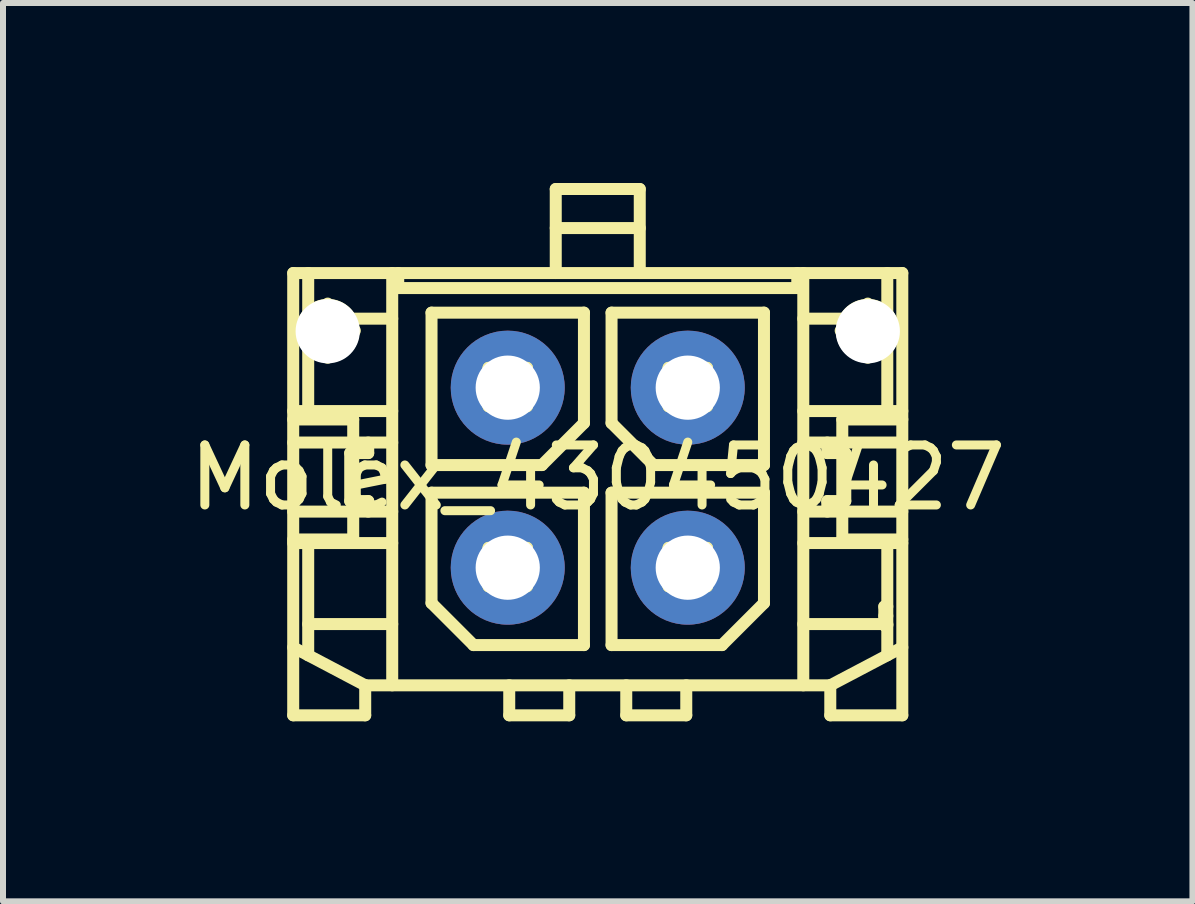
<source format=kicad_pcb>
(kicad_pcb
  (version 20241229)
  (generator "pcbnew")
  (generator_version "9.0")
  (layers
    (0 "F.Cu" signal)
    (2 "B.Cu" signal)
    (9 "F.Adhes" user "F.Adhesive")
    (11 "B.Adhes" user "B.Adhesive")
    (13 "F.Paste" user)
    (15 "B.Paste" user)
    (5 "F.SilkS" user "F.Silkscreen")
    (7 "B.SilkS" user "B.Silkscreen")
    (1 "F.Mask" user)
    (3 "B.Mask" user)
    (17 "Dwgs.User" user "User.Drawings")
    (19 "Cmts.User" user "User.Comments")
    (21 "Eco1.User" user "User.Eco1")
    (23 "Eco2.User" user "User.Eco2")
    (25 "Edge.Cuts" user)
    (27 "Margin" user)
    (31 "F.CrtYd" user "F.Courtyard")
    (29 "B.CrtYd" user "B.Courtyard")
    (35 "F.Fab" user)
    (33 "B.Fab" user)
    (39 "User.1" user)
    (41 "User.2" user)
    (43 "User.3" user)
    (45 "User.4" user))
  (footprint "Molex_430450427"
    (layer "F.Cu")
    (at 6.911 4.91)
    (property "Reference" "Molex_430450427" (at 0 0 0) (layer "F.SilkS") (effects (font (size 1 1) (thickness 0.15))))
    (attr through_hole)
    (fp_line (start -5.075 -3.41) (end 5.075 -3.41) (stroke (width 0.2) (type solid)) (layer "F.SilkS"))
    (fp_line (start -5.075 -0.97) (end -4.075 -0.97) (stroke (width 0.2) (type solid)) (layer "F.SilkS"))
    (fp_line (start -5.075 -0.585) (end -3.425 -0.585) (stroke (width 0.2) (type solid)) (layer "F.SilkS"))
    (fp_line (start -5.075 0.565) (end -3.425 0.565) (stroke (width 0.2) (type solid)) (layer "F.SilkS"))
    (fp_line (start -5.075 1.03) (end -4.075 1.03) (stroke (width 0.2) (type solid)) (layer "F.SilkS"))
    (fp_line (start -5.075 3.96) (end -5.075 -3.41) (stroke (width 0.2) (type solid)) (layer "F.SilkS"))
    (fp_line (start -4.952 -2.45) (end -4.048 -2.45) (stroke (width 0.2) (type solid)) (layer "F.SilkS"))
    (fp_line (start -4.825 -1.11) (end -4.825 -3.41) (stroke (width 0.2) (type solid)) (layer "F.SilkS"))
    (fp_line (start -4.825 2.96) (end -4.825 1.09) (stroke (width 0.2) (type solid)) (layer "F.SilkS"))
    (fp_line (start -4.5 -1.998) (end -4.5 -2.901) (stroke (width 0.2) (type solid)) (layer "F.SilkS"))
    (fp_line (start -4.125 -0.41) (end -4.125 0.39) (stroke (width 0.2) (type solid)) (layer "F.SilkS"))
    (fp_line (start -4.125 0.39) (end -3.825 0.39) (stroke (width 0.2) (type solid)) (layer "F.SilkS"))
    (fp_line (start -4.075 -0.97) (end -4.075 1.03) (stroke (width 0.2) (type solid)) (layer "F.SilkS"))
    (fp_line (start -3.875 3.46) (end -5.075 2.828) (stroke (width 0.2) (type solid)) (layer "F.SilkS"))
    (fp_line (start -3.875 3.96) (end -5.075 3.96) (stroke (width 0.2) (type solid)) (layer "F.SilkS"))
    (fp_line (start -3.875 3.96) (end -3.875 3.46) (stroke (width 0.2) (type solid)) (layer "F.SilkS"))
    (fp_line (start -3.825 -0.585) (end -3.825 -0.41) (stroke (width 0.2) (type solid)) (layer "F.SilkS"))
    (fp_line (start -3.825 -0.41) (end -4.125 -0.41) (stroke (width 0.2) (type solid)) (layer "F.SilkS"))
    (fp_line (start -3.825 0.565) (end -3.825 0.39) (stroke (width 0.2) (type solid)) (layer "F.SilkS"))
    (fp_line (start -3.425 -3.41) (end -3.425 3.46) (stroke (width 0.2) (type solid)) (layer "F.SilkS"))
    (fp_line (start -3.425 -2.65) (end -4.825 -2.65) (stroke (width 0.2) (type solid)) (layer "F.SilkS"))
    (fp_line (start -3.425 -1.11) (end -5.075 -1.11) (stroke (width 0.2) (type solid)) (layer "F.SilkS"))
    (fp_line (start -3.425 1.09) (end -5.075 1.09) (stroke (width 0.2) (type solid)) (layer "F.SilkS"))
    (fp_line (start -3.425 2.44) (end -4.825 2.44) (stroke (width 0.2) (type solid)) (layer "F.SilkS"))
    (fp_line (start -3.325 -3.41) (end -3.325 -3.16) (stroke (width 0.2) (type solid)) (layer "F.SilkS"))
    (fp_line (start -3.325 -3.16) (end 3.325 -3.16) (stroke (width 0.2) (type solid)) (layer "F.SilkS"))
    (fp_line (start -2.77 -2.75) (end -2.77 -0.21) (stroke (width 0.2) (type solid)) (layer "F.SilkS"))
    (fp_line (start -2.77 -0.21) (end -0.93 -0.21) (stroke (width 0.2) (type solid)) (layer "F.SilkS"))
    (fp_line (start -2.77 0.25) (end -2.77 2.09) (stroke (width 0.2) (type solid)) (layer "F.SilkS"))
    (fp_line (start -2.77 2.09) (end -2.07 2.79) (stroke (width 0.2) (type solid)) (layer "F.SilkS"))
    (fp_line (start -2.07 2.79) (end -0.23 2.79) (stroke (width 0.2) (type solid)) (layer "F.SilkS"))
    (fp_line (start -1.82 -1.83) (end -1.82 -1.19) (stroke (width 0.2) (type solid)) (layer "F.SilkS"))
    (fp_line (start -1.82 -1.83) (end -1.18 -1.83) (stroke (width 0.2) (type solid)) (layer "F.SilkS"))
    (fp_line (start -1.82 -1.635) (end -1.18 -1.635) (stroke (width 0.2) (type solid)) (layer "F.SilkS"))
    (fp_line (start -1.82 -1.385) (end -1.18 -1.385) (stroke (width 0.2) (type solid)) (layer "F.SilkS"))
    (fp_line (start -1.82 -1.19) (end -1.18 -1.19) (stroke (width 0.2) (type solid)) (layer "F.SilkS"))
    (fp_line (start -1.82 1.17) (end -1.82 1.81) (stroke (width 0.2) (type solid)) (layer "F.SilkS"))
    (fp_line (start -1.82 1.17) (end -1.18 1.17) (stroke (width 0.2) (type solid)) (layer "F.SilkS"))
    (fp_line (start -1.82 1.365) (end -1.18 1.365) (stroke (width 0.2) (type solid)) (layer "F.SilkS"))
    (fp_line (start -1.82 1.615) (end -1.18 1.615) (stroke (width 0.2) (type solid)) (layer "F.SilkS"))
    (fp_line (start -1.82 1.81) (end -1.18 1.81) (stroke (width 0.2) (type solid)) (layer "F.SilkS"))
    (fp_line (start -1.475 3.46) (end -1.475 3.96) (stroke (width 0.2) (type solid)) (layer "F.SilkS"))
    (fp_line (start -1.475 3.96) (end -0.475 3.96) (stroke (width 0.2) (type solid)) (layer "F.SilkS"))
    (fp_line (start -1.18 -1.83) (end -1.18 -1.19) (stroke (width 0.2) (type solid)) (layer "F.SilkS"))
    (fp_line (start -1.18 1.17) (end -1.18 1.81) (stroke (width 0.2) (type solid)) (layer "F.SilkS"))
    (fp_line (start -0.93 -0.21) (end -0.23 -0.91) (stroke (width 0.2) (type solid)) (layer "F.SilkS"))
    (fp_line (start -0.7 -4.81) (end -0.7 -3.41) (stroke (width 0.2) (type solid)) (layer "F.SilkS"))
    (fp_line (start -0.7 -4.81) (end 0.7 -4.81) (stroke (width 0.2) (type solid)) (layer "F.SilkS"))
    (fp_line (start -0.7 -4.16) (end 0.7 -4.16) (stroke (width 0.2) (type solid)) (layer "F.SilkS"))
    (fp_line (start -0.475 3.96) (end -0.475 3.46) (stroke (width 0.2) (type solid)) (layer "F.SilkS"))
    (fp_line (start -0.23 -2.75) (end -2.77 -2.75) (stroke (width 0.2) (type solid)) (layer "F.SilkS"))
    (fp_line (start -0.23 -0.91) (end -0.23 -2.75) (stroke (width 0.2) (type solid)) (layer "F.SilkS"))
    (fp_line (start -0.23 0.25) (end -2.77 0.25) (stroke (width 0.2) (type solid)) (layer "F.SilkS"))
    (fp_line (start -0.23 2.79) (end -0.23 0.25) (stroke (width 0.2) (type solid)) (layer "F.SilkS"))
    (fp_line (start 0.23 -2.75) (end 0.23 -0.91) (stroke (width 0.2) (type solid)) (layer "F.SilkS"))
    (fp_line (start 0.23 -0.91) (end 0.93 -0.21) (stroke (width 0.2) (type solid)) (layer "F.SilkS"))
    (fp_line (start 0.23 0.25) (end 0.23 2.79) (stroke (width 0.2) (type solid)) (layer "F.SilkS"))
    (fp_line (start 0.23 2.79) (end 2.07 2.79) (stroke (width 0.2) (type solid)) (layer "F.SilkS"))
    (fp_line (start 0.475 3.46) (end 0.475 3.96) (stroke (width 0.2) (type solid)) (layer "F.SilkS"))
    (fp_line (start 0.475 3.96) (end 1.475 3.96) (stroke (width 0.2) (type solid)) (layer "F.SilkS"))
    (fp_line (start 0.7 -4.81) (end 0.7 -3.41) (stroke (width 0.2) (type solid)) (layer "F.SilkS"))
    (fp_line (start 0.93 -0.21) (end 2.77 -0.21) (stroke (width 0.2) (type solid)) (layer "F.SilkS"))
    (fp_line (start 1.18 -1.83) (end 1.18 -1.19) (stroke (width 0.2) (type solid)) (layer "F.SilkS"))
    (fp_line (start 1.18 -1.83) (end 1.82 -1.83) (stroke (width 0.2) (type solid)) (layer "F.SilkS"))
    (fp_line (start 1.18 -1.635) (end 1.82 -1.635) (stroke (width 0.2) (type solid)) (layer "F.SilkS"))
    (fp_line (start 1.18 -1.385) (end 1.82 -1.385) (stroke (width 0.2) (type solid)) (layer "F.SilkS"))
    (fp_line (start 1.18 -1.19) (end 1.82 -1.19) (stroke (width 0.2) (type solid)) (layer "F.SilkS"))
    (fp_line (start 1.18 1.17) (end 1.18 1.81) (stroke (width 0.2) (type solid)) (layer "F.SilkS"))
    (fp_line (start 1.18 1.17) (end 1.82 1.17) (stroke (width 0.2) (type solid)) (layer "F.SilkS"))
    (fp_line (start 1.18 1.365) (end 1.82 1.365) (stroke (width 0.2) (type solid)) (layer "F.SilkS"))
    (fp_line (start 1.18 1.615) (end 1.82 1.615) (stroke (width 0.2) (type solid)) (layer "F.SilkS"))
    (fp_line (start 1.18 1.81) (end 1.82 1.81) (stroke (width 0.2) (type solid)) (layer "F.SilkS"))
    (fp_line (start 1.475 3.96) (end 1.475 3.46) (stroke (width 0.2) (type solid)) (layer "F.SilkS"))
    (fp_line (start 1.82 -1.83) (end 1.82 -1.19) (stroke (width 0.2) (type solid)) (layer "F.SilkS"))
    (fp_line (start 1.82 1.17) (end 1.82 1.81) (stroke (width 0.2) (type solid)) (layer "F.SilkS"))
    (fp_line (start 2.07 2.79) (end 2.77 2.09) (stroke (width 0.2) (type solid)) (layer "F.SilkS"))
    (fp_line (start 2.77 -2.75) (end 0.23 -2.75) (stroke (width 0.2) (type solid)) (layer "F.SilkS"))
    (fp_line (start 2.77 -0.21) (end 2.77 -2.75) (stroke (width 0.2) (type solid)) (layer "F.SilkS"))
    (fp_line (start 2.77 0.25) (end 0.23 0.25) (stroke (width 0.2) (type solid)) (layer "F.SilkS"))
    (fp_line (start 2.77 2.09) (end 2.77 0.25) (stroke (width 0.2) (type solid)) (layer "F.SilkS"))
    (fp_line (start 3.325 -3.41) (end 3.325 -3.16) (stroke (width 0.2) (type solid)) (layer "F.SilkS"))
    (fp_line (start 3.425 -3.41) (end 3.425 3.46) (stroke (width 0.2) (type solid)) (layer "F.SilkS"))
    (fp_line (start 3.425 -1.11) (end 5.075 -1.11) (stroke (width 0.2) (type solid)) (layer "F.SilkS"))
    (fp_line (start 3.425 1.09) (end 5.075 1.09) (stroke (width 0.2) (type solid)) (layer "F.SilkS"))
    (fp_line (start 3.825 -0.585) (end 3.825 -0.41) (stroke (width 0.2) (type solid)) (layer "F.SilkS"))
    (fp_line (start 3.825 0.39) (end 4.125 0.39) (stroke (width 0.2) (type solid)) (layer "F.SilkS"))
    (fp_line (start 3.825 0.565) (end 3.825 0.39) (stroke (width 0.2) (type solid)) (layer "F.SilkS"))
    (fp_line (start 3.875 3.46) (end -3.875 3.46) (stroke (width 0.2) (type solid)) (layer "F.SilkS"))
    (fp_line (start 3.875 3.46) (end 5.075 2.828) (stroke (width 0.2) (type solid)) (layer "F.SilkS"))
    (fp_line (start 3.875 3.96) (end 3.875 3.46) (stroke (width 0.2) (type solid)) (layer "F.SilkS"))
    (fp_line (start 4.048 -2.45) (end 4.952 -2.45) (stroke (width 0.2) (type solid)) (layer "F.SilkS"))
    (fp_line (start 4.075 -0.97) (end 4.075 1.03) (stroke (width 0.2) (type solid)) (layer "F.SilkS"))
    (fp_line (start 4.125 -0.41) (end 3.825 -0.41) (stroke (width 0.2) (type solid)) (layer "F.SilkS"))
    (fp_line (start 4.125 0.39) (end 4.125 -0.41) (stroke (width 0.2) (type solid)) (layer "F.SilkS"))
    (fp_line (start 4.5 -1.998) (end 4.5 -2.901) (stroke (width 0.2) (type solid)) (layer "F.SilkS"))
    (fp_line (start 4.775 2.147) (end 4.775 2.46) (stroke (width 0.2) (type solid)) (layer "F.SilkS"))
    (fp_line (start 4.825 -2.65) (end 3.425 -2.65) (stroke (width 0.2) (type solid)) (layer "F.SilkS"))
    (fp_line (start 4.825 -1.11) (end 4.825 -3.41) (stroke (width 0.2) (type solid)) (layer "F.SilkS"))
    (fp_line (start 4.825 2.147) (end 4.775 2.147) (stroke (width 0.2) (type solid)) (layer "F.SilkS"))
    (fp_line (start 4.825 2.304) (end 4.775 2.304) (stroke (width 0.2) (type solid)) (layer "F.SilkS"))
    (fp_line (start 4.825 2.44) (end 3.425 2.44) (stroke (width 0.2) (type solid)) (layer "F.SilkS"))
    (fp_line (start 4.825 2.46) (end 4.775 2.46) (stroke (width 0.2) (type solid)) (layer "F.SilkS"))
    (fp_line (start 4.825 2.96) (end 4.825 1.09) (stroke (width 0.2) (type solid)) (layer "F.SilkS"))
    (fp_line (start 5.075 -0.97) (end 4.075 -0.97) (stroke (width 0.2) (type solid)) (layer "F.SilkS"))
    (fp_line (start 5.075 -0.585) (end 3.425 -0.585) (stroke (width 0.2) (type solid)) (layer "F.SilkS"))
    (fp_line (start 5.075 0.565) (end 3.425 0.565) (stroke (width 0.2) (type solid)) (layer "F.SilkS"))
    (fp_line (start 5.075 1.03) (end 4.075 1.03) (stroke (width 0.2) (type solid)) (layer "F.SilkS"))
    (fp_line (start 5.075 3.96) (end 3.875 3.96) (stroke (width 0.2) (type solid)) (layer "F.SilkS"))
    (fp_line (start 5.075 3.96) (end 5.075 -3.41) (stroke (width 0.2) (type solid)) (layer "F.SilkS"))
    (fp_circle (center -4.5 -2.45) (end -4.27 -2.45) (stroke (width 0.2) (type solid)) (fill no) (layer "F.SilkS"))
    (fp_circle (center -4.5 -2.45) (end -4.07 -2.45) (stroke (width 0.2) (type solid)) (fill no) (layer "F.SilkS"))
    (fp_circle (center 4.5 -2.45) (end 4.73 -2.45) (stroke (width 0.2) (type solid)) (fill no) (layer "F.SilkS"))
    (fp_circle (center 4.5 -2.45) (end 4.93 -2.45) (stroke (width 0.2) (type solid)) (fill no) (layer "F.SilkS"))
    (pad "" np_thru_hole circle (at -4.5 -2.44) (size 1.07 1.07) (drill 1.07) (layers "*.Cu" "*.Mask"))
    (pad "" np_thru_hole circle (at 4.5 -2.44) (size 1.07 1.07) (drill 1.07) (layers "*.Cu" "*.Mask"))
    (pad "1" thru_hole circle (at -1.5 -1.5) (size 1.9 1.9) (drill 1.07) (layers "*.Cu" "*.Mask"))
    (pad "2" thru_hole circle (at 1.5 -1.5) (size 1.9 1.9) (drill 1.07) (layers "*.Cu" "*.Mask"))
    (pad "3" thru_hole circle (at -1.5 1.5) (size 1.9 1.9) (drill 1.07) (layers "*.Cu" "*.Mask"))
    (pad "4" thru_hole circle (at 1.5 1.5) (size 1.9 1.9) (drill 1.07) (layers "*.Cu" "*.Mask")))
  (gr_rect
    (start -3 -3)
    (end 16.821 11.97)
    (stroke (width 0.1) (type default))
    (fill no)
    (layer "Edge.Cuts")))
</source>
